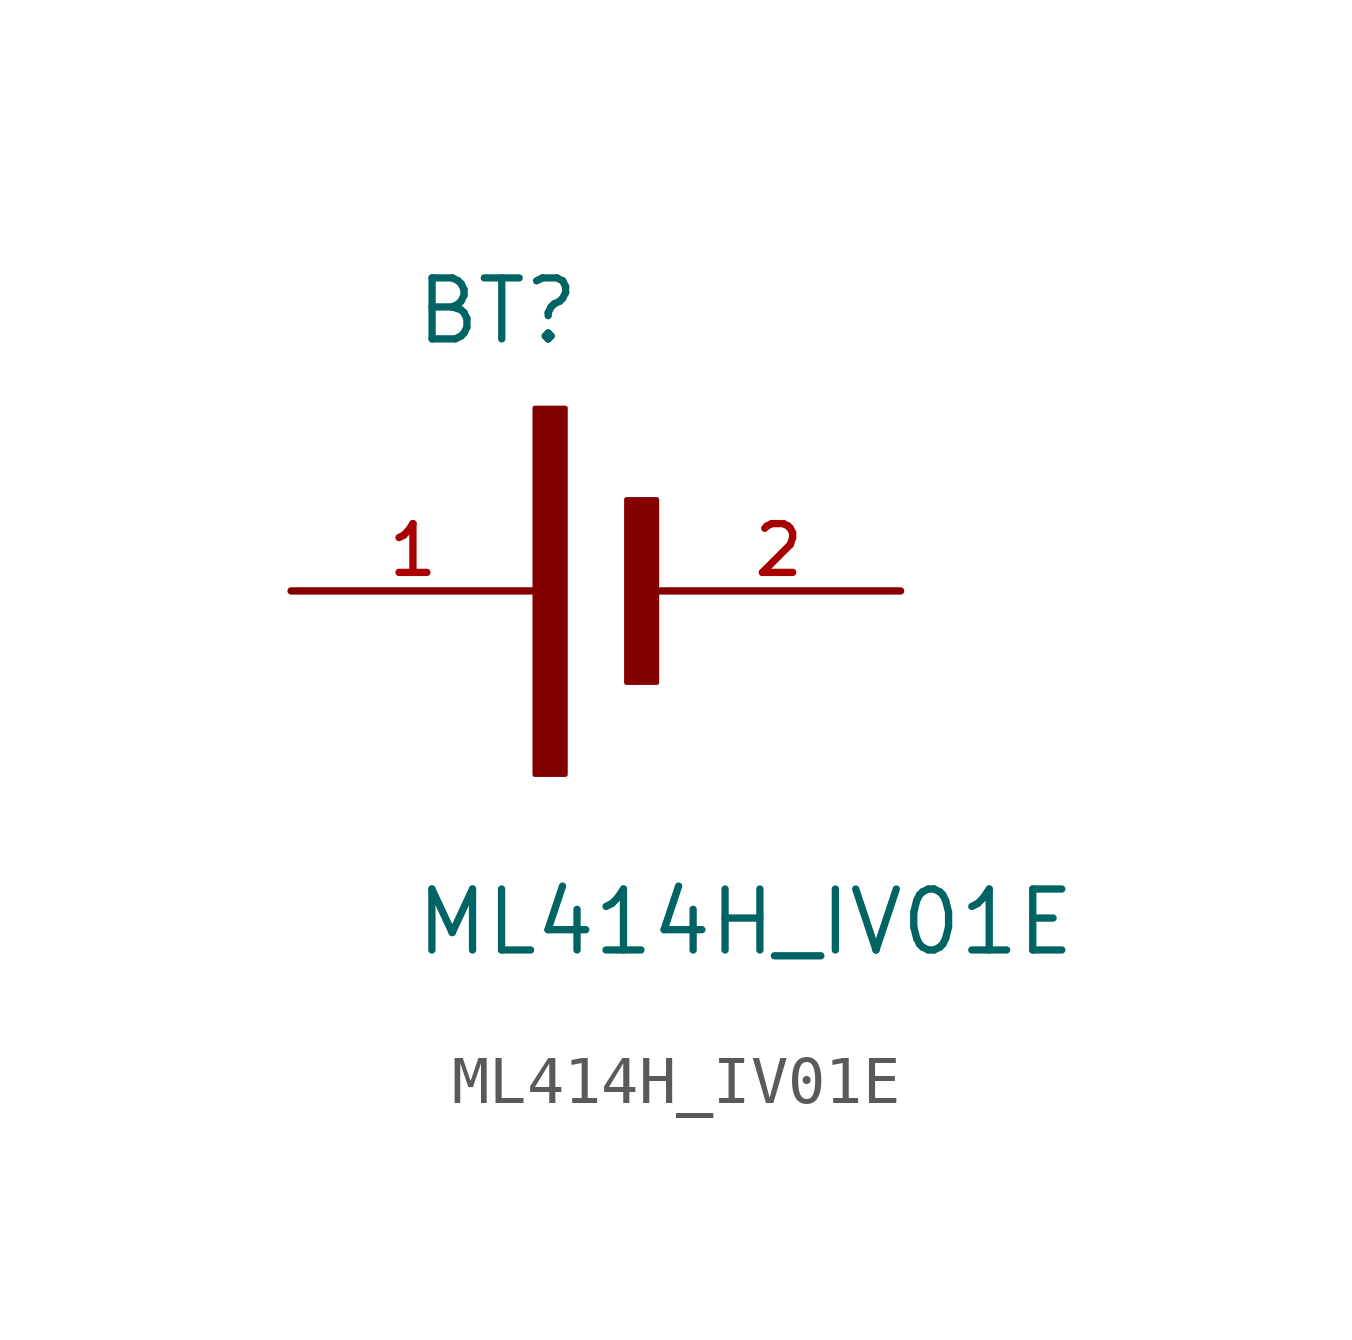
<source format=kicad_sym>
(kicad_symbol_lib
  (version 20211014)
  (generator kicad_symbol_editor)
  (symbol "ML414H_IV01E"
    (pin_names
      (offset 1.016))
    (property "Reference" "BT"
      (at -2.544 5.088 0)
      (effects (font (size 1.27 1.27)) (justify bottom left)))
    (property "Value" "ML414H_IV01E"
      (at -2.548 -7.644 0)
      (effects (font (size 1.27 1.27)) (justify bottom left)))
    (symbol "ML414H_IV01E_0_0"
      (rectangle (start 0.0 -3.826) (end 0.635 3.81) (stroke (width 0.1)) (fill (type outline)))
      (rectangle (start 1.909 -1.909) (end 2.54 1.905) (stroke (width 0.1)) (fill (type outline)))
      (pin passive line (at -5.08 0.0 0) (length 5.08) (name "~" (effects (font (size 1.016 1.016)))) (number "1" (effects (font (size 1.016 1.016)))))
      (pin passive line (at 7.62 0.0 180.0) (length 5.08) (name "~" (effects (font (size 1.016 1.016)))) (number "2" (effects (font (size 1.016 1.016))))))))
</source>
